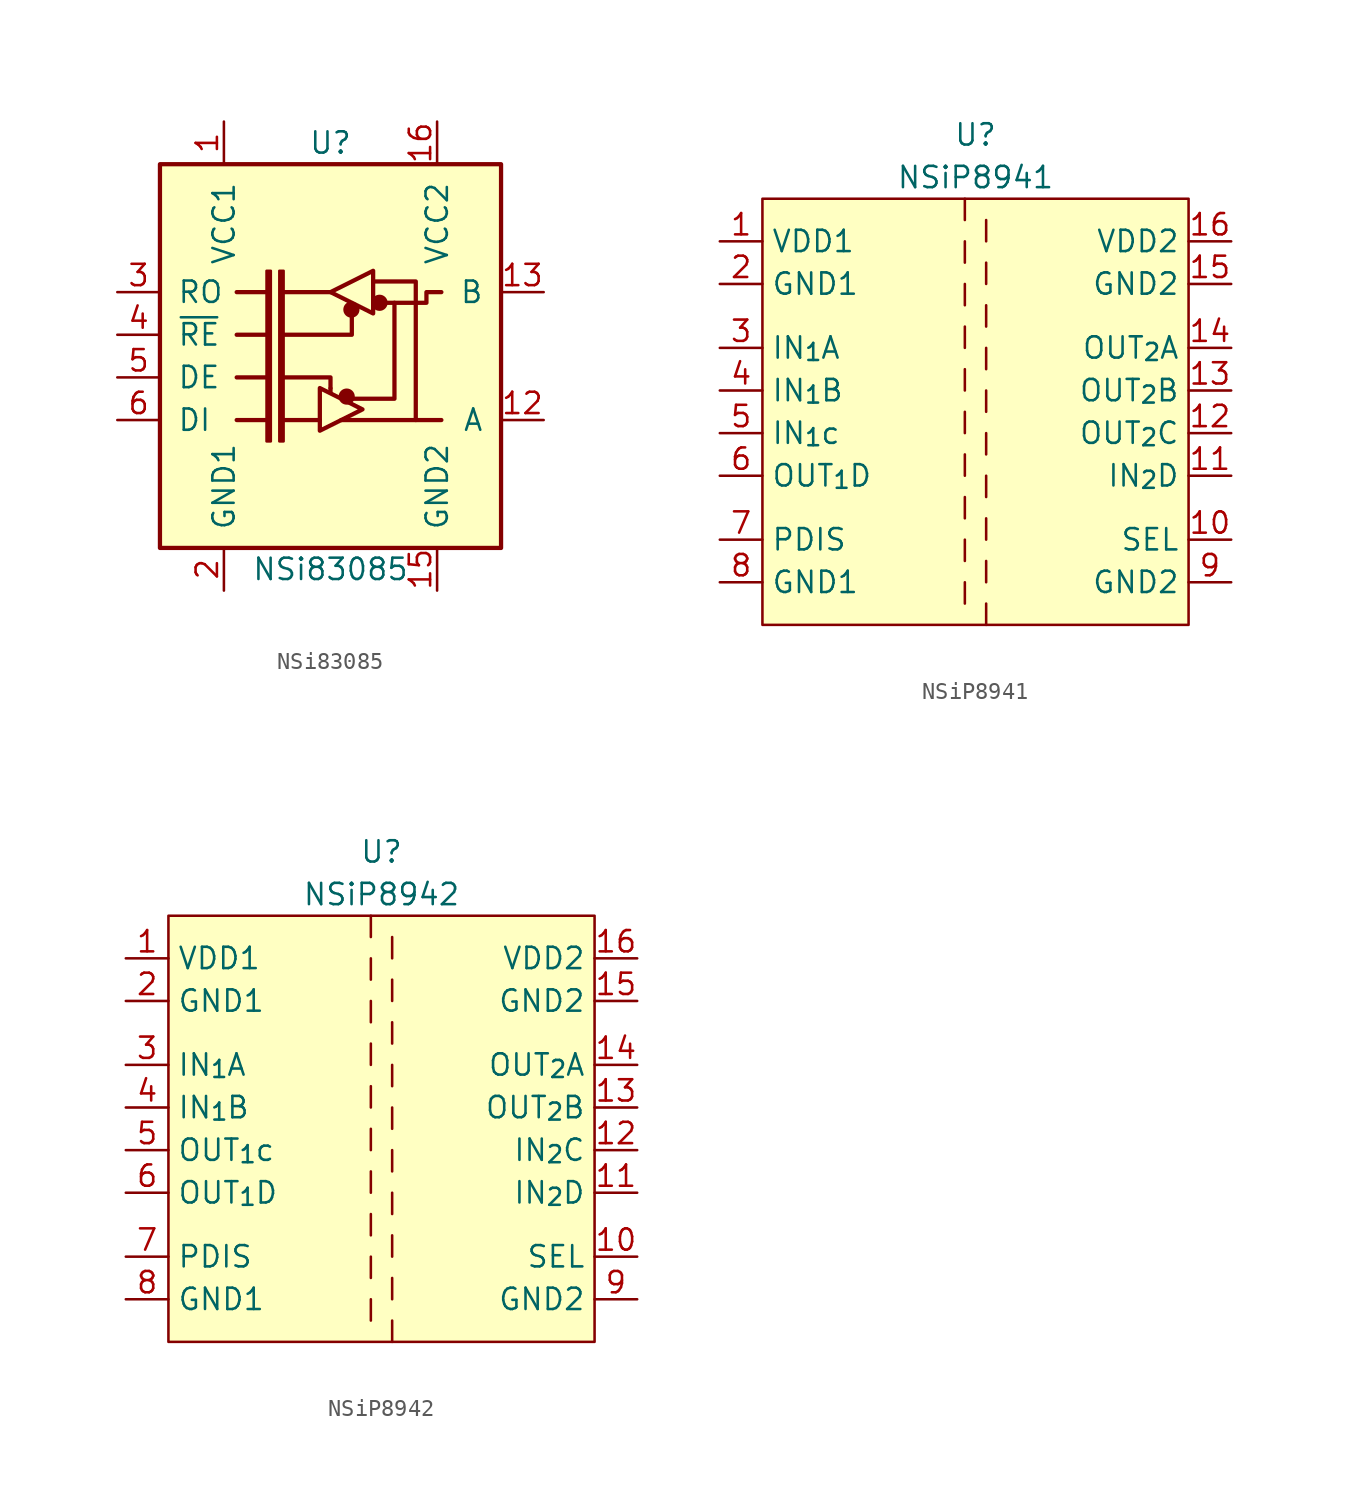
<source format=kicad_sym>
(kicad_symbol_lib
  (version 20220914)
  (generator kicad_symbol_editor)
  (symbol "NSi83085"
    (pin_names
      (offset 1.016))
    (property "Reference" "U"
      (at 0 11.43 0)
      (effects (font (size 1.27 1.27))))
    (property "Value" "NSi83085"
      (at 0 -13.97 0)
      (effects (font (size 1.27 1.27))))
    (symbol "NSi83085_0_1"
      (rectangle (start -3.048 3.81) (end -2.794 -6.35) (stroke (width 0) (type default)) (fill (type outline)))
      (polyline (pts (xy -3.81 2.54) (xy -5.588 2.54)) (stroke (width 0.254) (type default)) (fill (type none))))
    (symbol "NSi83085_1_1"
      (rectangle (start -10.16 10.16) (end 10.16 -12.7) (stroke (width 0.254) (type default)) (fill (type background)))
      (rectangle (start -3.81 3.81) (end -3.556 -6.35) (stroke (width 0) (type default)) (fill (type outline)))
      (polyline (pts (xy -3.81 -5.08) (xy -5.588 -5.08)) (stroke (width 0.254) (type default)) (fill (type none)))
      (polyline (pts (xy -3.81 -2.54) (xy -5.588 -2.54)) (stroke (width 0.254) (type default)) (fill (type none)))
      (polyline (pts (xy -3.81 0) (xy -5.588 0)) (stroke (width 0.254) (type default)) (fill (type none)))
      (polyline (pts (xy -2.794 -5.08) (xy -0.635 -5.08)) (stroke (width 0.254) (type default)) (fill (type none)))
      (polyline (pts (xy -2.794 2.54) (xy 0 2.54)) (stroke (width 0.254) (type default)) (fill (type none)))
      (polyline (pts (xy 0 -3.2) (xy 0 -3.454)) (stroke (width 0.254) (type default)) (fill (type none)))
      (polyline (pts (xy 0.635 -5.08) (xy 6.604 -5.08)) (stroke (width 0.254) (type default)) (fill (type none)))
      (polyline (pts (xy -2.794 -2.54) (xy 0 -2.54) (xy 0 -3.175)) (stroke (width 0.254) (type default)) (fill (type none)))
      (polyline (pts (xy 1.27 1.27) (xy 1.27 0) (xy -2.794 0)) (stroke (width 0.254) (type default)) (fill (type none)))
      (polyline (pts (xy 2.54 3.175) (xy 5.08 3.175) (xy 5.08 -5.08)) (stroke (width 0.254) (type default)) (fill (type none)))
      (polyline (pts (xy 3.81 1.905) (xy 3.81 -3.81) (xy 1.27 -3.81)) (stroke (width 0.254) (type default)) (fill (type none)))
      (polyline (pts (xy -0.635 -3.175) (xy -0.635 -5.715) (xy 1.905 -4.445) (xy -0.635 -3.175)) (stroke (width 0.254) (type default)) (fill (type none)))
      (polyline (pts (xy 0 2.54) (xy 2.54 3.81) (xy 2.54 1.27) (xy 0 2.54)) (stroke (width 0.254) (type default)) (fill (type none)))
      (polyline (pts (xy 3.175 1.905) (xy 5.715 1.905) (xy 5.715 2.54) (xy 6.604 2.54)) (stroke (width 0.254) (type default)) (fill (type none)))
      (circle (center 0.965 -3.683) (radius 0.356) (stroke (width 0.254) (type default)) (fill (type outline)))
      (circle (center 1.245 1.499) (radius 0.356) (stroke (width 0.254) (type default)) (fill (type outline)))
      (rectangle (start 2.54 3.175) (end 2.54 3.175) (stroke (width 0) (type default)) (fill (type none)))
      (circle (center 2.921 1.905) (radius 0.356) (stroke (width 0.254) (type default)) (fill (type outline)))
      (pin power_in line (at -6.35 12.7 270) (length 2.54) (name "VCC1" (effects (font (size 1.27 1.27)))) (number "1" (effects (font (size 1.27 1.27)))))
      (pin power_in line (at 6.35 -15.24 90) (length 2.54) hide (name "GND2" (effects (font (size 1.27 1.27)))) (number "10" (effects (font (size 1.27 1.27)))))
      (pin no_connect line (at 8.89 -15.24 90) (length 2.54) hide (name "NC" (effects (font (size 1.27 1.27)))) (number "11" (effects (font (size 1.27 1.27)))))
      (pin bidirectional line (at 12.7 -5.08 180) (length 2.54) (name "A" (effects (font (size 1.27 1.27)))) (number "12" (effects (font (size 1.27 1.27)))))
      (pin bidirectional line (at 12.7 2.54 180) (length 2.54) (name "B" (effects (font (size 1.27 1.27)))) (number "13" (effects (font (size 1.27 1.27)))))
      (pin no_connect line (at -8.89 -15.24 90) (length 2.54) hide (name "NC" (effects (font (size 1.27 1.27)))) (number "14" (effects (font (size 1.27 1.27)))))
      (pin power_in line (at 6.35 -15.24 90) (length 2.54) (name "GND2" (effects (font (size 1.27 1.27)))) (number "15" (effects (font (size 1.27 1.27)))))
      (pin power_in line (at 6.35 12.7 270) (length 2.54) (name "VCC2" (effects (font (size 1.27 1.27)))) (number "16" (effects (font (size 1.27 1.27)))))
      (pin power_in line (at -6.35 -15.24 90) (length 2.54) (name "GND1" (effects (font (size 1.27 1.27)))) (number "2" (effects (font (size 1.27 1.27)))))
      (pin output line (at -12.7 2.54 0) (length 2.54) (name "RO" (effects (font (size 1.27 1.27)))) (number "3" (effects (font (size 1.27 1.27)))))
      (pin input line (at -12.7 0 0) (length 2.54) (name "~{RE}" (effects (font (size 1.27 1.27)))) (number "4" (effects (font (size 1.27 1.27)))))
      (pin input line (at -12.7 -2.54 0) (length 2.54) (name "DE" (effects (font (size 1.27 1.27)))) (number "5" (effects (font (size 1.27 1.27)))))
      (pin input line (at -12.7 -5.08 0) (length 2.54) (name "DI" (effects (font (size 1.27 1.27)))) (number "6" (effects (font (size 1.27 1.27)))))
      (pin power_in line (at -6.35 -15.24 90) (length 2.54) hide (name "GND1" (effects (font (size 1.27 1.27)))) (number "7" (effects (font (size 1.27 1.27)))))
      (pin power_in line (at -6.35 -15.24 90) (length 2.54) hide (name "GND1" (effects (font (size 1.27 1.27)))) (number "8" (effects (font (size 1.27 1.27)))))
      (pin power_in line (at 6.35 -15.24 90) (length 2.54) hide (name "GND2" (effects (font (size 1.27 1.27)))) (number "9" (effects (font (size 1.27 1.27)))))))
  (symbol "NSiP8941"
    (property "Reference" "U"
      (at 0 29.21 0)
      (effects (font (size 1.27 1.27))))
    (property "Value" "NSiP8941"
      (at 0 26.67 0)
      (effects (font (size 1.27 1.27))))
    (symbol "NSiP8941_0_1"
      (rectangle (start -12.7 25.4) (end 12.7 0) (stroke (width 0) (type default)) (fill (type background)))
      (polyline (pts (xy -0.635 2.54) (xy -0.635 1.27)) (stroke (width 0) (type default)) (fill (type none)))
      (polyline (pts (xy -0.635 5.08) (xy -0.635 3.81)) (stroke (width 0) (type default)) (fill (type none)))
      (polyline (pts (xy -0.635 7.62) (xy -0.635 6.35)) (stroke (width 0) (type default)) (fill (type none)))
      (polyline (pts (xy -0.635 10.16) (xy -0.635 8.89)) (stroke (width 0) (type default)) (fill (type none)))
      (polyline (pts (xy -0.635 12.7) (xy -0.635 11.43)) (stroke (width 0) (type default)) (fill (type none)))
      (polyline (pts (xy -0.635 15.24) (xy -0.635 13.97)) (stroke (width 0) (type default)) (fill (type none)))
      (polyline (pts (xy -0.635 17.78) (xy -0.635 16.51)) (stroke (width 0) (type default)) (fill (type none)))
      (polyline (pts (xy -0.635 20.32) (xy -0.635 19.05)) (stroke (width 0) (type default)) (fill (type none)))
      (polyline (pts (xy -0.635 22.86) (xy -0.635 21.59)) (stroke (width 0) (type default)) (fill (type none)))
      (polyline (pts (xy -0.635 25.4) (xy -0.635 24.13)) (stroke (width 0) (type default)) (fill (type none)))
      (polyline (pts (xy 0.635 1.27) (xy 0.635 0)) (stroke (width 0) (type default)) (fill (type none)))
      (polyline (pts (xy 0.635 3.81) (xy 0.635 2.54)) (stroke (width 0) (type default)) (fill (type none)))
      (polyline (pts (xy 0.635 6.35) (xy 0.635 5.08)) (stroke (width 0) (type default)) (fill (type none)))
      (polyline (pts (xy 0.635 8.89) (xy 0.635 7.62)) (stroke (width 0) (type default)) (fill (type none)))
      (polyline (pts (xy 0.635 11.43) (xy 0.635 10.16)) (stroke (width 0) (type default)) (fill (type none)))
      (polyline (pts (xy 0.635 13.97) (xy 0.635 12.7)) (stroke (width 0) (type default)) (fill (type none)))
      (polyline (pts (xy 0.635 16.51) (xy 0.635 15.24)) (stroke (width 0) (type default)) (fill (type none)))
      (polyline (pts (xy 0.635 19.05) (xy 0.635 17.78)) (stroke (width 0) (type default)) (fill (type none)))
      (polyline (pts (xy 0.635 21.59) (xy 0.635 20.32)) (stroke (width 0) (type default)) (fill (type none)))
      (polyline (pts (xy 0.635 24.13) (xy 0.635 22.86)) (stroke (width 0) (type default)) (fill (type none))))
    (symbol "NSiP8941_1_1"
      (pin power_in line (at -15.24 22.86 0) (length 2.54) (name "VDD1" (effects (font (size 1.27 1.27)))) (number "1" (effects (font (size 1.27 1.27)))))
      (pin input line (at 15.24 5.08 180) (length 2.54) (name "SEL" (effects (font (size 1.27 1.27)))) (number "10" (effects (font (size 1.27 1.27)))))
      (pin output line (at 15.24 8.89 180) (length 2.54) (name "IN_{2}D" (effects (font (size 1.27 1.27)))) (number "11" (effects (font (size 1.27 1.27)))))
      (pin output line (at 15.24 11.43 180) (length 2.54) (name "OUT_{2}C" (effects (font (size 1.27 1.27)))) (number "12" (effects (font (size 1.27 1.27)))))
      (pin output line (at 15.24 13.97 180) (length 2.54) (name "OUT_{2}B" (effects (font (size 1.27 1.27)))) (number "13" (effects (font (size 1.27 1.27)))))
      (pin output line (at 15.24 16.51 180) (length 2.54) (name "OUT_{2}A" (effects (font (size 1.27 1.27)))) (number "14" (effects (font (size 1.27 1.27)))))
      (pin power_out line (at 15.24 20.32 180) (length 2.54) (name "GND2" (effects (font (size 1.27 1.27)))) (number "15" (effects (font (size 1.27 1.27)))))
      (pin power_out line (at 15.24 22.86 180) (length 2.54) (name "VDD2" (effects (font (size 1.27 1.27)))) (number "16" (effects (font (size 1.27 1.27)))))
      (pin power_in line (at -15.24 20.32 0) (length 2.54) (name "GND1" (effects (font (size 1.27 1.27)))) (number "2" (effects (font (size 1.27 1.27)))))
      (pin input line (at -15.24 16.51 0) (length 2.54) (name "IN_{1}A" (effects (font (size 1.27 1.27)))) (number "3" (effects (font (size 1.27 1.27)))))
      (pin input line (at -15.24 13.97 0) (length 2.54) (name "IN_{1}B" (effects (font (size 1.27 1.27)))) (number "4" (effects (font (size 1.27 1.27)))))
      (pin input line (at -15.24 11.43 0) (length 2.54) (name "IN_{1}c" (effects (font (size 1.27 1.27)))) (number "5" (effects (font (size 1.27 1.27)))))
      (pin output line (at -15.24 8.89 0) (length 2.54) (name "OUT_{1}D" (effects (font (size 1.27 1.27)))) (number "6" (effects (font (size 1.27 1.27)))))
      (pin input line (at -15.24 5.08 0) (length 2.54) (name "PDIS" (effects (font (size 1.27 1.27)))) (number "7" (effects (font (size 1.27 1.27)))))
      (pin power_in line (at -15.24 2.54 0) (length 2.54) (name "GND1" (effects (font (size 1.27 1.27)))) (number "8" (effects (font (size 1.27 1.27)))))
      (pin power_in line (at 15.24 2.54 180) (length 2.54) (name "GND2" (effects (font (size 1.27 1.27)))) (number "9" (effects (font (size 1.27 1.27)))))))
  (symbol "NSiP8942"
    (property "Reference" "U"
      (at 0 29.21 0)
      (effects (font (size 1.27 1.27))))
    (property "Value" "NSiP8942"
      (at 0 26.67 0)
      (effects (font (size 1.27 1.27))))
    (symbol "NSiP8942_0_1"
      (rectangle (start -12.7 25.4) (end 12.7 0) (stroke (width 0) (type default)) (fill (type background)))
      (polyline (pts (xy -0.635 2.54) (xy -0.635 1.27)) (stroke (width 0) (type default)) (fill (type none)))
      (polyline (pts (xy -0.635 5.08) (xy -0.635 3.81)) (stroke (width 0) (type default)) (fill (type none)))
      (polyline (pts (xy -0.635 7.62) (xy -0.635 6.35)) (stroke (width 0) (type default)) (fill (type none)))
      (polyline (pts (xy -0.635 10.16) (xy -0.635 8.89)) (stroke (width 0) (type default)) (fill (type none)))
      (polyline (pts (xy -0.635 12.7) (xy -0.635 11.43)) (stroke (width 0) (type default)) (fill (type none)))
      (polyline (pts (xy -0.635 15.24) (xy -0.635 13.97)) (stroke (width 0) (type default)) (fill (type none)))
      (polyline (pts (xy -0.635 17.78) (xy -0.635 16.51)) (stroke (width 0) (type default)) (fill (type none)))
      (polyline (pts (xy -0.635 20.32) (xy -0.635 19.05)) (stroke (width 0) (type default)) (fill (type none)))
      (polyline (pts (xy -0.635 22.86) (xy -0.635 21.59)) (stroke (width 0) (type default)) (fill (type none)))
      (polyline (pts (xy -0.635 25.4) (xy -0.635 24.13)) (stroke (width 0) (type default)) (fill (type none)))
      (polyline (pts (xy 0.635 1.27) (xy 0.635 0)) (stroke (width 0) (type default)) (fill (type none)))
      (polyline (pts (xy 0.635 3.81) (xy 0.635 2.54)) (stroke (width 0) (type default)) (fill (type none)))
      (polyline (pts (xy 0.635 6.35) (xy 0.635 5.08)) (stroke (width 0) (type default)) (fill (type none)))
      (polyline (pts (xy 0.635 8.89) (xy 0.635 7.62)) (stroke (width 0) (type default)) (fill (type none)))
      (polyline (pts (xy 0.635 11.43) (xy 0.635 10.16)) (stroke (width 0) (type default)) (fill (type none)))
      (polyline (pts (xy 0.635 13.97) (xy 0.635 12.7)) (stroke (width 0) (type default)) (fill (type none)))
      (polyline (pts (xy 0.635 16.51) (xy 0.635 15.24)) (stroke (width 0) (type default)) (fill (type none)))
      (polyline (pts (xy 0.635 19.05) (xy 0.635 17.78)) (stroke (width 0) (type default)) (fill (type none)))
      (polyline (pts (xy 0.635 21.59) (xy 0.635 20.32)) (stroke (width 0) (type default)) (fill (type none)))
      (polyline (pts (xy 0.635 24.13) (xy 0.635 22.86)) (stroke (width 0) (type default)) (fill (type none))))
    (symbol "NSiP8942_1_1"
      (pin power_in line (at -15.24 22.86 0) (length 2.54) (name "VDD1" (effects (font (size 1.27 1.27)))) (number "1" (effects (font (size 1.27 1.27)))))
      (pin input line (at 15.24 5.08 180) (length 2.54) (name "SEL" (effects (font (size 1.27 1.27)))) (number "10" (effects (font (size 1.27 1.27)))))
      (pin output line (at 15.24 8.89 180) (length 2.54) (name "IN_{2}D" (effects (font (size 1.27 1.27)))) (number "11" (effects (font (size 1.27 1.27)))))
      (pin input line (at 15.24 11.43 180) (length 2.54) (name "IN_{2}C" (effects (font (size 1.27 1.27)))) (number "12" (effects (font (size 1.27 1.27)))))
      (pin output line (at 15.24 13.97 180) (length 2.54) (name "OUT_{2}B" (effects (font (size 1.27 1.27)))) (number "13" (effects (font (size 1.27 1.27)))))
      (pin output line (at 15.24 16.51 180) (length 2.54) (name "OUT_{2}A" (effects (font (size 1.27 1.27)))) (number "14" (effects (font (size 1.27 1.27)))))
      (pin power_out line (at 15.24 20.32 180) (length 2.54) (name "GND2" (effects (font (size 1.27 1.27)))) (number "15" (effects (font (size 1.27 1.27)))))
      (pin power_out line (at 15.24 22.86 180) (length 2.54) (name "VDD2" (effects (font (size 1.27 1.27)))) (number "16" (effects (font (size 1.27 1.27)))))
      (pin power_in line (at -15.24 20.32 0) (length 2.54) (name "GND1" (effects (font (size 1.27 1.27)))) (number "2" (effects (font (size 1.27 1.27)))))
      (pin input line (at -15.24 16.51 0) (length 2.54) (name "IN_{1}A" (effects (font (size 1.27 1.27)))) (number "3" (effects (font (size 1.27 1.27)))))
      (pin input line (at -15.24 13.97 0) (length 2.54) (name "IN_{1}B" (effects (font (size 1.27 1.27)))) (number "4" (effects (font (size 1.27 1.27)))))
      (pin output line (at -15.24 11.43 0) (length 2.54) (name "OUT_{1}c" (effects (font (size 1.27 1.27)))) (number "5" (effects (font (size 1.27 1.27)))))
      (pin output line (at -15.24 8.89 0) (length 2.54) (name "OUT_{1}D" (effects (font (size 1.27 1.27)))) (number "6" (effects (font (size 1.27 1.27)))))
      (pin input line (at -15.24 5.08 0) (length 2.54) (name "PDIS" (effects (font (size 1.27 1.27)))) (number "7" (effects (font (size 1.27 1.27)))))
      (pin power_in line (at -15.24 2.54 0) (length 2.54) (name "GND1" (effects (font (size 1.27 1.27)))) (number "8" (effects (font (size 1.27 1.27)))))
      (pin power_in line (at 15.24 2.54 180) (length 2.54) (name "GND2" (effects (font (size 1.27 1.27)))) (number "9" (effects (font (size 1.27 1.27))))))))
</source>
